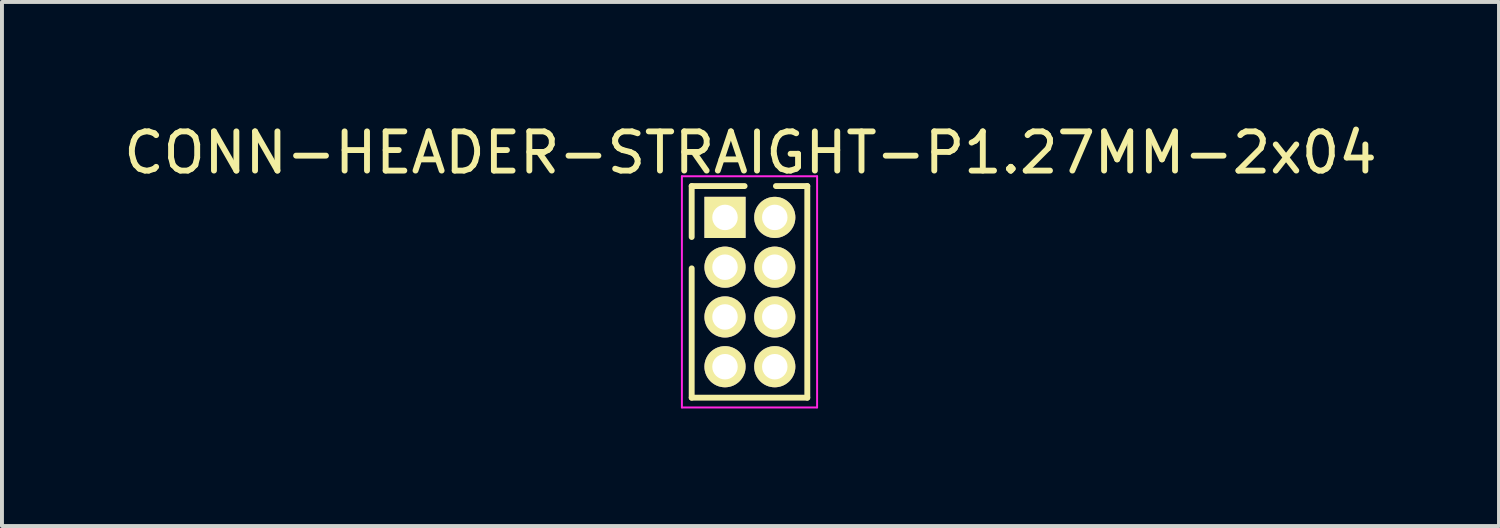
<source format=kicad_pcb>
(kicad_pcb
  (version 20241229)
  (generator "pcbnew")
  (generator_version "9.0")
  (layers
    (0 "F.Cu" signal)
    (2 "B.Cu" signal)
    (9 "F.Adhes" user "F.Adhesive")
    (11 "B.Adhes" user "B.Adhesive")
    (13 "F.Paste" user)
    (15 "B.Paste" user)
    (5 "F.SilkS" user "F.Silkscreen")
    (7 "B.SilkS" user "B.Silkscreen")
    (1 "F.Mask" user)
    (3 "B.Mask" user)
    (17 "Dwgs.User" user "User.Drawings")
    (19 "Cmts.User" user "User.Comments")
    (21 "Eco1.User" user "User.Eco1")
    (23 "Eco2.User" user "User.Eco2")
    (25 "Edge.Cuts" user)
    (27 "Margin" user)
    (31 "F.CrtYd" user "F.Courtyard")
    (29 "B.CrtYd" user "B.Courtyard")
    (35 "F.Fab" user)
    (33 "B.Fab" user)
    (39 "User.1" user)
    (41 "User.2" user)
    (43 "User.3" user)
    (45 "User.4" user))
  (footprint "CONN-HEADER-STRAIGHT-P1.27MM-2x04"
    (layer "F.Cu")
    (at 15.451 2.498)
    (property "Reference" "CONN-HEADER-STRAIGHT-P1.27MM-2x04" (at 0.65 -1.65 0) (layer "F.SilkS") (effects (font (size 1 1) (thickness 0.15))))
    (attr through_hole)
    (fp_line (start -0.85 -0.8) (end -0.85 0.5) (stroke (width 0.15) (type solid)) (layer "F.SilkS"))
    (fp_line (start -0.85 4.6) (end -0.85 1.3) (stroke (width 0.15) (type solid)) (layer "F.SilkS"))
    (fp_line (start 0.5 -0.8) (end -0.85 -0.8) (stroke (width 0.15) (type solid)) (layer "F.SilkS"))
    (fp_line (start 2.1 -0.8) (end 1.3 -0.8) (stroke (width 0.15) (type solid)) (layer "F.SilkS"))
    (fp_line (start 2.1 4.6) (end -0.85 4.6) (stroke (width 0.15) (type solid)) (layer "F.SilkS"))
    (fp_line (start 2.1 4.6) (end 2.1 -0.8) (stroke (width 0.15) (type solid)) (layer "F.SilkS"))
    (fp_line (start -1.1 -1.05) (end -1.1 4.85) (stroke (width 0.05) (type solid)) (layer "F.CrtYd"))
    (fp_line (start -1.1 -1.05) (end 2.35 -1.05) (stroke (width 0.05) (type solid)) (layer "F.CrtYd"))
    (fp_line (start -1.1 4.85) (end 2.35 4.85) (stroke (width 0.05) (type solid)) (layer "F.CrtYd"))
    (fp_line (start 2.35 -1.05) (end 2.35 4.85) (stroke (width 0.05) (type solid)) (layer "F.CrtYd"))
    (pad "1" thru_hole rect (at 0 0) (size 1.05 1.05) (drill 0.65) (layers "*.Cu" "*.Mask" "F.SilkS"))
    (pad "2" thru_hole circle (at 1.27 0) (size 1.05 1.05) (drill 0.65) (layers "*.Cu" "*.Mask" "F.SilkS"))
    (pad "3" thru_hole circle (at 0 1.27) (size 1.05 1.05) (drill 0.65) (layers "*.Cu" "*.Mask" "F.SilkS"))
    (pad "4" thru_hole circle (at 1.27 1.27) (size 1.05 1.05) (drill 0.65) (layers "*.Cu" "*.Mask" "F.SilkS"))
    (pad "5" thru_hole circle (at 0 2.54) (size 1.05 1.05) (drill 0.65) (layers "*.Cu" "*.Mask" "F.SilkS"))
    (pad "6" thru_hole circle (at 1.27 2.54) (size 1.05 1.05) (drill 0.65) (layers "*.Cu" "*.Mask" "F.SilkS"))
    (pad "7" thru_hole circle (at 0 3.81) (size 1.05 1.05) (drill 0.65) (layers "*.Cu" "*.Mask" "F.SilkS"))
    (pad "8" thru_hole circle (at 1.27 3.81) (size 1.05 1.05) (drill 0.65) (layers "*.Cu" "*.Mask" "F.SilkS")))
  (gr_rect
    (start -3 -3)
    (end 35.202 10.373)
    (stroke (width 0.1) (type default))
    (fill no)
    (layer "Edge.Cuts")))
</source>
